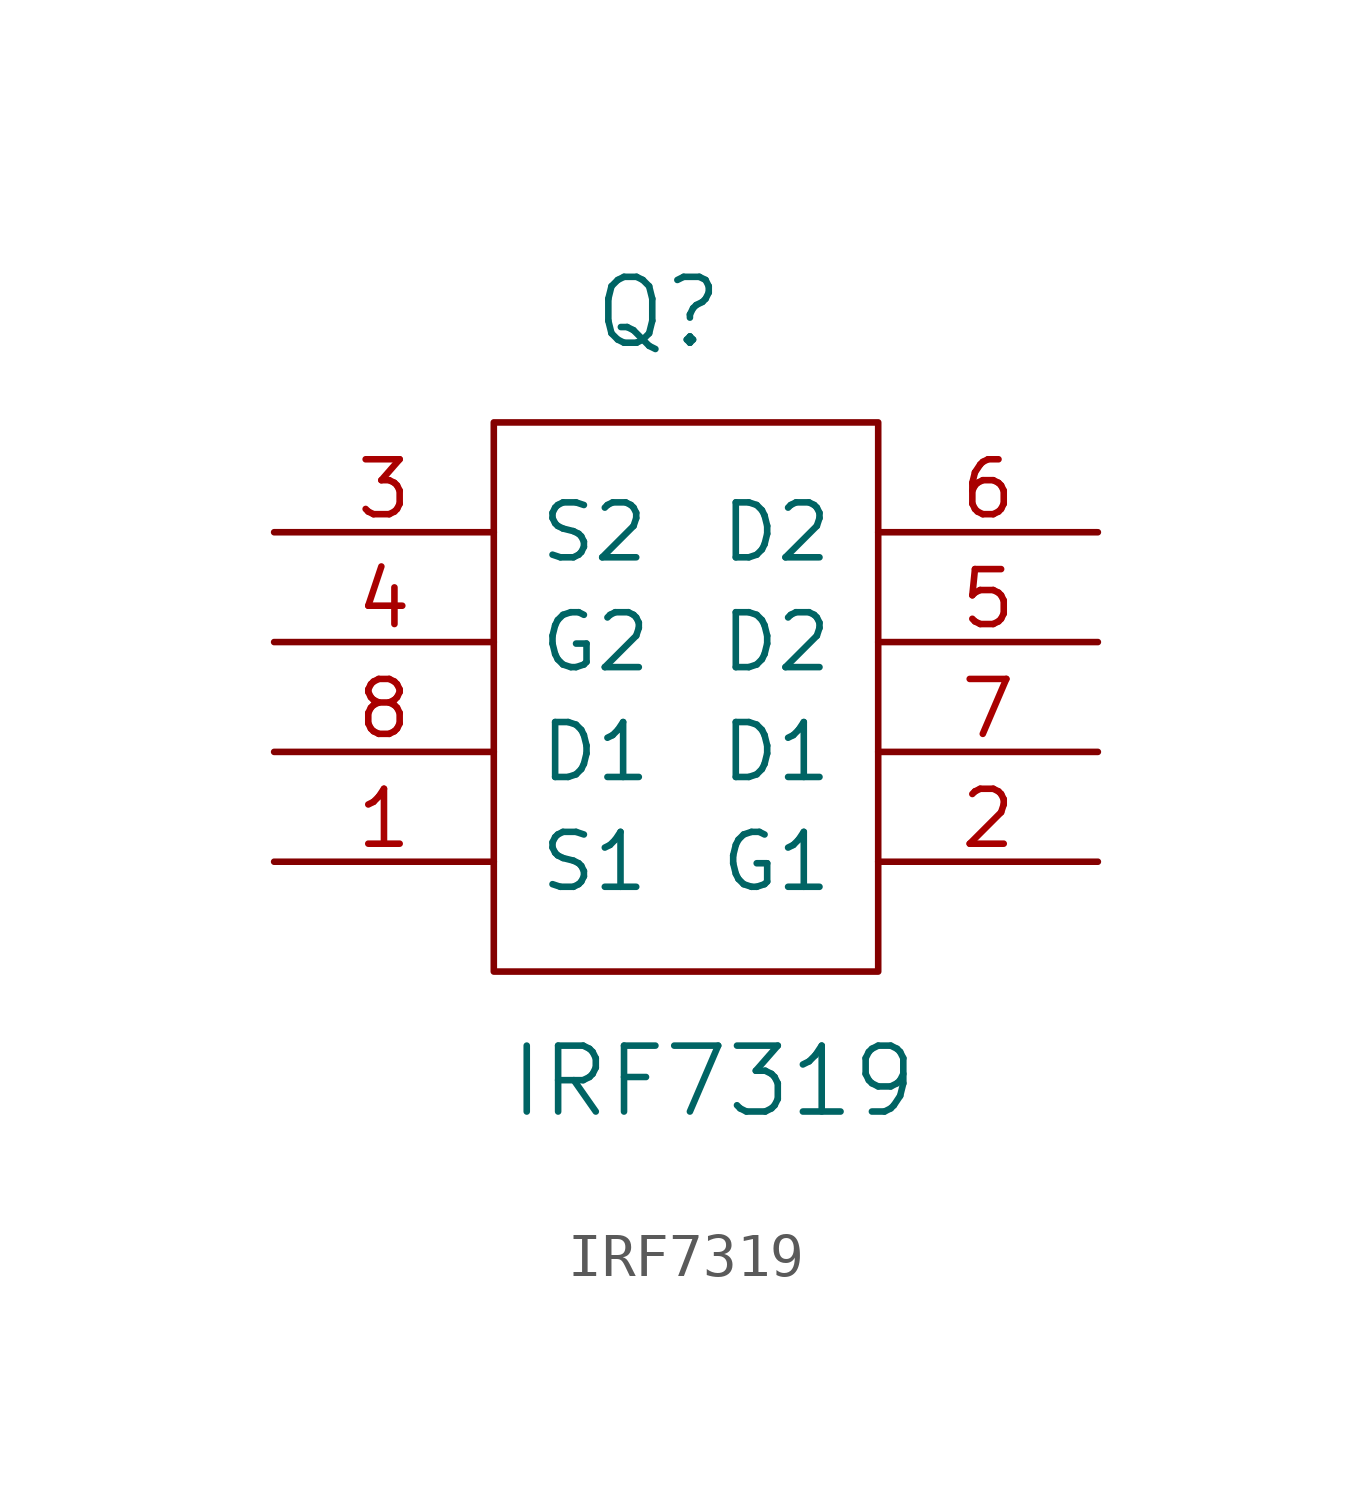
<source format=kicad_sym>
(kicad_symbol_lib
  (version 20231120)
  (generator "kicad_symbol_editor")
  (generator_version "8.0")
  (symbol "IRF7319"
    (pin_names
      (offset 1.016))
    (property "Reference" "Q"
      (at 0 7.62 0)
      (effects (font (size 1.524 1.524))))
    (property "Value" "IRF7319"
      (at 1.27 -10.16 0)
      (effects (font (size 1.524 1.524))))
    (symbol "IRF7319_0_1"
      (rectangle (start -3.81 5.08) (end 5.08 -7.62) (stroke (width 0) (type solid)) (fill (type none))))
    (symbol "IRF7319_1_1"
      (pin input line (at -8.89 -5.08 0) (length 5.08) (name "S1" (effects (font (size 1.27 1.27)))) (number "1" (effects (font (size 1.27 1.27)))))
      (pin input line (at 10.16 -5.08 180) (length 5.08) (name "G1" (effects (font (size 1.27 1.27)))) (number "2" (effects (font (size 1.27 1.27)))))
      (pin input line (at -8.89 2.54 0) (length 5.08) (name "S2" (effects (font (size 1.27 1.27)))) (number "3" (effects (font (size 1.27 1.27)))))
      (pin input line (at -8.89 0 0) (length 5.08) (name "G2" (effects (font (size 1.27 1.27)))) (number "4" (effects (font (size 1.27 1.27)))))
      (pin bidirectional line (at 10.16 0 180) (length 5.08) (name "D2" (effects (font (size 1.27 1.27)))) (number "5" (effects (font (size 1.27 1.27)))))
      (pin bidirectional line (at 10.16 2.54 180) (length 5.08) (name "D2" (effects (font (size 1.27 1.27)))) (number "6" (effects (font (size 1.27 1.27)))))
      (pin bidirectional line (at 10.16 -2.54 180) (length 5.08) (name "D1" (effects (font (size 1.27 1.27)))) (number "7" (effects (font (size 1.27 1.27)))))
      (pin bidirectional line (at -8.89 -2.54 0) (length 5.08) (name "D1" (effects (font (size 1.27 1.27)))) (number "8" (effects (font (size 1.27 1.27))))))))
</source>
